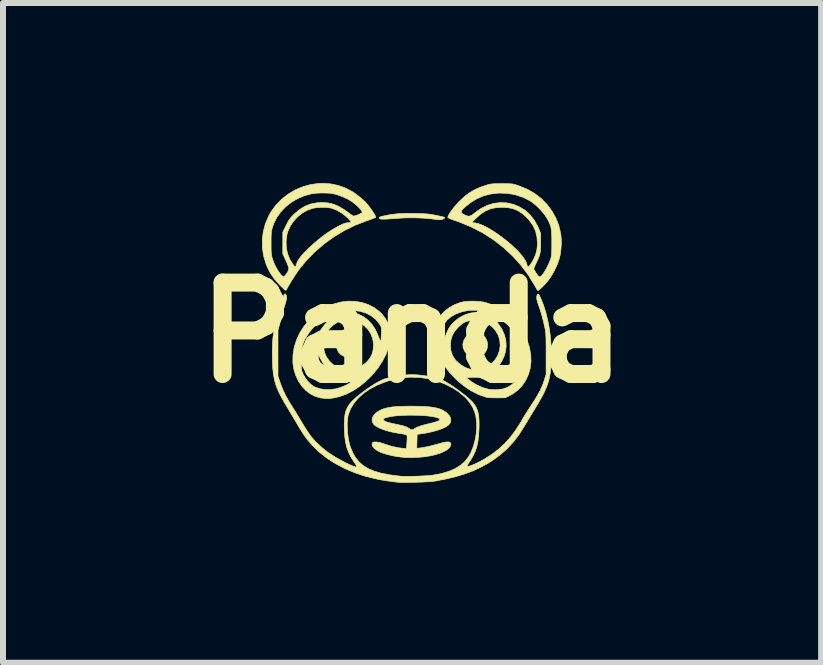
<source format=kicad_pcb>
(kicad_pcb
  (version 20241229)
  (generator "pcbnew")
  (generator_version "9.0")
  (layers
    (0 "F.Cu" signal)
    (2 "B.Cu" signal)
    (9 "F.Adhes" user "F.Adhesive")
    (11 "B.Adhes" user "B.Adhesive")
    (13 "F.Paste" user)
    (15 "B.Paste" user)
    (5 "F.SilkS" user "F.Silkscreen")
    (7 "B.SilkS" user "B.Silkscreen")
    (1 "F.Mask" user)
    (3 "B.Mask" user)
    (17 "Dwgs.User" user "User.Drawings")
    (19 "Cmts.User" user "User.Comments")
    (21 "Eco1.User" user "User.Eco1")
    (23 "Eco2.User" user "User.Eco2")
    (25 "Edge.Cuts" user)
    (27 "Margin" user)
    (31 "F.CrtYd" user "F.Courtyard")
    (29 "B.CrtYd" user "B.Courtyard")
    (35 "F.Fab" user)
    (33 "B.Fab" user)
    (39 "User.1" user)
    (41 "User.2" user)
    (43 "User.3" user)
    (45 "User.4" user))
  (footprint "Panda"
    (layer "F.Cu")
    (at 3.817 2.494)
    (property "Reference" "Panda" (at 0 0 0) (layer "F.SilkS") (effects (font (size 1.524 1.524) (thickness 0.3))))
    (attr through_hole)
    (fp_poly (pts (xy -0.995 0.012) (xy -0.943 0.037) (xy -0.899 0.077) (xy -0.869 0.125) (xy -0.852 0.182) (xy -0.853 0.237) (xy -0.869 0.288) (xy -0.899 0.333) (xy -0.939 0.37) (xy -0.988 0.395) (xy -1.043 0.407) (xy -1.102 0.404) (xy -1.133 0.395) (xy -1.187 0.366) (xy -1.227 0.324) (xy -1.251 0.27) (xy -1.259 0.207) (xy -1.138 0.207) (xy -1.137 0.236) (xy -1.129 0.254) (xy -1.118 0.264) (xy -1.088 0.276) (xy -1.052 0.279) (xy -1.018 0.274) (xy -1.006 0.267) (xy -0.995 0.253) (xy -0.991 0.23) (xy -0.991 0.205) (xy -0.994 0.175) (xy -1 0.159) (xy -1.014 0.151) (xy -1.036 0.146) (xy -1.081 0.143) (xy -1.113 0.154) (xy -1.132 0.181) (xy -1.138 0.207) (xy -1.259 0.207) (xy -1.26 0.206) (xy -1.255 0.151) (xy -1.241 0.108) (xy -1.215 0.071) (xy -1.211 0.066) (xy -1.163 0.028) (xy -1.109 0.006) (xy -1.052 0.001) (xy -0.995 0.012)) (stroke (width 0.01) (type solid)) (fill yes) (layer "F.SilkS"))
    (fp_poly (pts (xy 1.103 0.008) (xy 1.155 0.03) (xy 1.201 0.062) (xy 1.227 0.092) (xy 1.251 0.144) (xy 1.259 0.203) (xy 1.252 0.261) (xy 1.23 0.315) (xy 1.194 0.359) (xy 1.194 0.359) (xy 1.144 0.39) (xy 1.086 0.407) (xy 1.025 0.407) (xy 0.985 0.398) (xy 0.931 0.37) (xy 0.889 0.328) (xy 0.873 0.303) (xy 0.851 0.248) (xy 0.848 0.207) (xy 0.968 0.207) (xy 0.973 0.235) (xy 0.991 0.26) (xy 1.019 0.276) (xy 1.047 0.28) (xy 1.075 0.278) (xy 1.095 0.273) (xy 1.097 0.272) (xy 1.11 0.254) (xy 1.119 0.225) (xy 1.123 0.194) (xy 1.122 0.182) (xy 1.109 0.16) (xy 1.082 0.146) (xy 1.045 0.142) (xy 1.03 0.144) (xy 0.996 0.157) (xy 0.976 0.179) (xy 0.968 0.207) (xy 0.848 0.207) (xy 0.847 0.192) (xy 0.859 0.138) (xy 0.885 0.088) (xy 0.922 0.047) (xy 0.97 0.017) (xy 1.027 0.001) (xy 1.051 0) (xy 1.103 0.008)) (stroke (width 0.01) (type solid)) (fill yes) (layer "F.SilkS"))
    (fp_poly (pts (xy 0.04 -1.987) (xy 0.119 -1.985) (xy 0.182 -1.983) (xy 0.233 -1.98) (xy 0.279 -1.976) (xy 0.321 -1.97) (xy 0.366 -1.962) (xy 0.4 -1.955) (xy 0.449 -1.945) (xy 0.492 -1.935) (xy 0.524 -1.928) (xy 0.542 -1.923) (xy 0.543 -1.922) (xy 0.543 -1.913) (xy 0.53 -1.899) (xy 0.529 -1.898) (xy 0.495 -1.884) (xy 0.445 -1.881) (xy 0.378 -1.888) (xy 0.37 -1.89) (xy 0.304 -1.899) (xy 0.224 -1.906) (xy 0.134 -1.911) (xy 0.041 -1.914) (xy -0.051 -1.914) (xy -0.135 -1.912) (xy -0.175 -1.91) (xy -0.267 -1.903) (xy -0.341 -1.898) (xy -0.399 -1.894) (xy -0.444 -1.892) (xy -0.477 -1.891) (xy -0.5 -1.891) (xy -0.516 -1.892) (xy -0.526 -1.894) (xy -0.532 -1.897) (xy -0.535 -1.899) (xy -0.546 -1.912) (xy -0.546 -1.921) (xy -0.531 -1.93) (xy -0.499 -1.939) (xy -0.478 -1.944) (xy -0.396 -1.961) (xy -0.317 -1.973) (xy -0.235 -1.982) (xy -0.147 -1.986) (xy -0.047 -1.988) (xy 0.04 -1.987)) (stroke (width 0.01) (type solid)) (fill yes) (layer "F.SilkS"))
    (fp_poly (pts (xy 0.118 1.227) (xy 0.223 1.231) (xy 0.312 1.239) (xy 0.387 1.251) (xy 0.45 1.267) (xy 0.503 1.288) (xy 0.548 1.314) (xy 0.587 1.345) (xy 0.59 1.348) (xy 0.628 1.392) (xy 0.646 1.435) (xy 0.646 1.477) (xy 0.634 1.509) (xy 0.608 1.539) (xy 0.565 1.569) (xy 0.505 1.598) (xy 0.433 1.624) (xy 0.349 1.648) (xy 0.257 1.669) (xy 0.175 1.682) (xy 0.085 1.695) (xy 0.082 1.811) (xy 0.079 1.927) (xy 0.122 1.923) (xy 0.207 1.91) (xy 0.303 1.89) (xy 0.404 1.863) (xy 0.436 1.854) (xy 0.51 1.833) (xy 0.568 1.822) (xy 0.609 1.821) (xy 0.635 1.83) (xy 0.647 1.848) (xy 0.645 1.876) (xy 0.626 1.913) (xy 0.589 1.948) (xy 0.535 1.98) (xy 0.468 2.009) (xy 0.389 2.034) (xy 0.299 2.054) (xy 0.201 2.069) (xy 0.097 2.078) (xy -0.011 2.082) (xy -0.122 2.079) (xy -0.14 2.078) (xy -0.212 2.07) (xy -0.291 2.058) (xy -0.37 2.041) (xy -0.444 2.021) (xy -0.508 2) (xy -0.546 1.984) (xy -0.596 1.955) (xy -0.635 1.923) (xy -0.659 1.891) (xy -0.668 1.861) (xy -0.661 1.835) (xy -0.659 1.833) (xy -0.639 1.823) (xy -0.604 1.821) (xy -0.56 1.826) (xy -0.508 1.839) (xy -0.465 1.854) (xy -0.335 1.896) (xy -0.207 1.921) (xy -0.173 1.925) (xy -0.093 1.932) (xy -0.085 1.824) (xy -0.082 1.775) (xy -0.082 1.742) (xy -0.083 1.721) (xy -0.088 1.709) (xy -0.093 1.704) (xy -0.11 1.698) (xy -0.14 1.691) (xy -0.18 1.684) (xy -0.198 1.681) (xy -0.291 1.666) (xy -0.38 1.646) (xy -0.461 1.622) (xy -0.532 1.595) (xy -0.589 1.567) (xy -0.629 1.538) (xy -0.632 1.535) (xy -0.658 1.496) (xy -0.667 1.455) (xy -0.665 1.448) (xy -0.478 1.448) (xy -0.476 1.454) (xy -0.468 1.466) (xy -0.45 1.477) (xy -0.42 1.489) (xy -0.378 1.501) (xy -0.319 1.515) (xy -0.256 1.528) (xy -0.192 1.542) (xy -0.144 1.554) (xy -0.108 1.566) (xy -0.08 1.578) (xy -0.062 1.589) (xy -0.029 1.609) (xy -0.006 1.617) (xy 0.014 1.615) (xy 0.036 1.603) (xy 0.038 1.601) (xy 0.078 1.579) (xy 0.136 1.557) (xy 0.209 1.535) (xy 0.27 1.52) (xy 0.345 1.502) (xy 0.4 1.486) (xy 0.439 1.472) (xy 0.46 1.459) (xy 0.465 1.446) (xy 0.456 1.434) (xy 0.442 1.425) (xy 0.403 1.412) (xy 0.348 1.4) (xy 0.28 1.39) (xy 0.201 1.383) (xy 0.114 1.378) (xy 0.023 1.376) (xy -0.068 1.376) (xy -0.158 1.379) (xy -0.242 1.384) (xy -0.318 1.392) (xy -0.382 1.403) (xy -0.387 1.405) (xy -0.433 1.416) (xy -0.461 1.426) (xy -0.475 1.436) (xy -0.478 1.448) (xy -0.665 1.448) (xy -0.658 1.412) (xy -0.633 1.37) (xy -0.595 1.332) (xy -0.542 1.298) (xy -0.478 1.271) (xy -0.474 1.27) (xy -0.425 1.256) (xy -0.375 1.245) (xy -0.321 1.237) (xy -0.259 1.232) (xy -0.186 1.228) (xy -0.1 1.226) (xy -0.005 1.225) (xy 0.118 1.227)) (stroke (width 0.01) (type solid)) (fill yes) (layer "F.SilkS"))
    (fp_poly (pts (xy 1.113 -0.52) (xy 1.186 -0.511) (xy 1.227 -0.502) (xy 1.358 -0.457) (xy 1.48 -0.395) (xy 1.592 -0.317) (xy 1.693 -0.226) (xy 1.781 -0.123) (xy 1.855 -0.009) (xy 1.914 0.113) (xy 1.956 0.243) (xy 1.979 0.368) (xy 1.983 0.481) (xy 1.97 0.591) (xy 1.94 0.696) (xy 1.895 0.793) (xy 1.837 0.881) (xy 1.765 0.957) (xy 1.682 1.019) (xy 1.64 1.042) (xy 1.554 1.085) (xy 1.419 1.087) (xy 1.346 1.086) (xy 1.286 1.083) (xy 1.242 1.077) (xy 1.235 1.076) (xy 1.109 1.032) (xy 0.984 0.969) (xy 0.862 0.887) (xy 0.743 0.786) (xy 0.731 0.775) (xy 0.626 0.664) (xy 0.537 0.55) (xy 0.466 0.435) (xy 0.413 0.32) (xy 0.381 0.216) (xy 0.64 0.216) (xy 0.648 0.302) (xy 0.673 0.378) (xy 0.717 0.447) (xy 0.739 0.473) (xy 0.811 0.536) (xy 0.89 0.582) (xy 0.974 0.611) (xy 1.062 0.621) (xy 1.15 0.612) (xy 1.199 0.599) (xy 1.241 0.581) (xy 1.28 0.557) (xy 1.322 0.521) (xy 1.326 0.517) (xy 1.388 0.447) (xy 1.433 0.37) (xy 1.46 0.289) (xy 1.469 0.206) (xy 1.461 0.123) (xy 1.436 0.042) (xy 1.392 -0.033) (xy 1.338 -0.095) (xy 1.301 -0.127) (xy 1.26 -0.157) (xy 1.223 -0.178) (xy 1.222 -0.178) (xy 1.193 -0.19) (xy 1.167 -0.198) (xy 1.137 -0.203) (xy 1.099 -0.205) (xy 1.06 -0.205) (xy 0.985 -0.202) (xy 0.925 -0.192) (xy 0.873 -0.172) (xy 0.825 -0.141) (xy 0.775 -0.097) (xy 0.769 -0.091) (xy 0.712 -0.024) (xy 0.672 0.044) (xy 0.649 0.118) (xy 0.64 0.202) (xy 0.64 0.216) (xy 0.381 0.216) (xy 0.378 0.205) (xy 0.363 0.098) (xy 0.362 0.007) (xy 0.368 -0.031) (xy 0.501 -0.031) (xy 0.502 0.014) (xy 0.502 0.029) (xy 0.504 0.075) (xy 0.507 0.111) (xy 0.511 0.135) (xy 0.515 0.142) (xy 0.522 0.135) (xy 0.534 0.112) (xy 0.548 0.079) (xy 0.555 0.059) (xy 0.585 -0.015) (xy 0.615 -0.075) (xy 0.651 -0.126) (xy 0.694 -0.174) (xy 0.701 -0.181) (xy 0.781 -0.245) (xy 0.869 -0.293) (xy 0.964 -0.325) (xy 1.061 -0.338) (xy 1.105 -0.338) (xy 1.19 -0.324) (xy 1.269 -0.293) (xy 1.343 -0.244) (xy 1.414 -0.176) (xy 1.44 -0.145) (xy 1.5 -0.055) (xy 1.541 0.038) (xy 1.564 0.137) (xy 1.569 0.22) (xy 1.56 0.311) (xy 1.532 0.401) (xy 1.489 0.487) (xy 1.432 0.566) (xy 1.363 0.635) (xy 1.284 0.69) (xy 1.255 0.706) (xy 1.175 0.745) (xy 1.043 0.745) (xy 0.994 0.745) (xy 0.953 0.746) (xy 0.924 0.748) (xy 0.91 0.75) (xy 0.91 0.751) (xy 0.917 0.761) (xy 0.938 0.778) (xy 0.968 0.801) (xy 1.004 0.825) (xy 1.04 0.849) (xy 1.071 0.867) (xy 1.175 0.915) (xy 1.281 0.944) (xy 1.388 0.952) (xy 1.497 0.941) (xy 1.514 0.938) (xy 1.589 0.912) (xy 1.659 0.869) (xy 1.721 0.811) (xy 1.772 0.74) (xy 1.792 0.702) (xy 1.824 0.635) (xy 1.827 0.439) (xy 1.83 0.243) (xy 1.789 0.149) (xy 1.748 0.066) (xy 1.703 -0.006) (xy 1.648 -0.074) (xy 1.579 -0.144) (xy 1.576 -0.146) (xy 1.484 -0.221) (xy 1.382 -0.282) (xy 1.275 -0.329) (xy 1.165 -0.36) (xy 1.054 -0.374) (xy 0.947 -0.371) (xy 0.939 -0.37) (xy 0.828 -0.347) (xy 0.731 -0.312) (xy 0.649 -0.265) (xy 0.581 -0.207) (xy 0.53 -0.137) (xy 0.525 -0.129) (xy 0.514 -0.106) (xy 0.506 -0.086) (xy 0.502 -0.062) (xy 0.501 -0.031) (xy 0.368 -0.031) (xy 0.375 -0.075) (xy 0.402 -0.157) (xy 0.42 -0.196) (xy 0.469 -0.276) (xy 0.535 -0.35) (xy 0.615 -0.413) (xy 0.705 -0.465) (xy 0.804 -0.503) (xy 0.82 -0.507) (xy 0.88 -0.518) (xy 0.954 -0.524) (xy 1.034 -0.525) (xy 1.113 -0.52)) (stroke (width 0.01) (type solid)) (fill yes) (layer "F.SilkS"))
    (fp_poly (pts (xy -0.949 -0.522) (xy -0.836 -0.503) (xy -0.73 -0.468) (xy -0.631 -0.417) (xy -0.543 -0.351) (xy -0.514 -0.324) (xy -0.45 -0.245) (xy -0.403 -0.158) (xy -0.374 -0.065) (xy -0.363 0.035) (xy -0.369 0.14) (xy -0.393 0.249) (xy -0.433 0.36) (xy -0.492 0.473) (xy -0.567 0.588) (xy -0.577 0.601) (xy -0.668 0.711) (xy -0.769 0.81) (xy -0.876 0.897) (xy -0.988 0.97) (xy -1.102 1.027) (xy -1.216 1.068) (xy -1.313 1.089) (xy -1.372 1.096) (xy -1.42 1.098) (xy -1.466 1.095) (xy -1.519 1.088) (xy -1.537 1.085) (xy -1.622 1.059) (xy -1.702 1.016) (xy -1.776 0.958) (xy -1.841 0.886) (xy -1.896 0.803) (xy -1.94 0.71) (xy -1.97 0.61) (xy -1.986 0.506) (xy -1.986 0.499) (xy -1.984 0.37) (xy -1.984 0.37) (xy -1.848 0.37) (xy -1.848 0.442) (xy -1.847 0.474) (xy -1.846 0.534) (xy -1.844 0.579) (xy -1.841 0.611) (xy -1.837 0.637) (xy -1.83 0.658) (xy -1.82 0.681) (xy -1.809 0.705) (xy -1.776 0.759) (xy -1.735 0.812) (xy -1.689 0.859) (xy -1.643 0.894) (xy -1.624 0.904) (xy -1.544 0.933) (xy -1.455 0.948) (xy -1.36 0.948) (xy -1.265 0.935) (xy -1.247 0.93) (xy -1.199 0.915) (xy -1.145 0.895) (xy -1.098 0.874) (xy -1.06 0.853) (xy -1.019 0.829) (xy -0.982 0.805) (xy -0.95 0.782) (xy -0.928 0.763) (xy -0.92 0.752) (xy -0.92 0.752) (xy -0.929 0.749) (xy -0.955 0.747) (xy -0.993 0.745) (xy -1.04 0.745) (xy -1.047 0.745) (xy -1.175 0.745) (xy -1.262 0.703) (xy -1.346 0.654) (xy -1.418 0.593) (xy -1.478 0.517) (xy -1.526 0.434) (xy -1.548 0.389) (xy -1.562 0.355) (xy -1.57 0.324) (xy -1.575 0.291) (xy -1.577 0.252) (xy -1.577 0.245) (xy -1.475 0.245) (xy -1.458 0.33) (xy -1.424 0.408) (xy -1.376 0.475) (xy -1.316 0.531) (xy -1.246 0.575) (xy -1.169 0.604) (xy -1.086 0.618) (xy -1 0.614) (xy -0.938 0.6) (xy -0.852 0.563) (xy -0.777 0.51) (xy -0.739 0.471) (xy -0.698 0.419) (xy -0.671 0.368) (xy -0.653 0.309) (xy -0.648 0.282) (xy -0.642 0.191) (xy -0.655 0.104) (xy -0.685 0.023) (xy -0.732 -0.051) (xy -0.794 -0.113) (xy -0.87 -0.163) (xy -0.877 -0.167) (xy -0.912 -0.184) (xy -0.939 -0.195) (xy -0.964 -0.201) (xy -0.994 -0.204) (xy -1.035 -0.205) (xy -1.064 -0.205) (xy -1.115 -0.204) (xy -1.152 -0.202) (xy -1.18 -0.198) (xy -1.205 -0.19) (xy -1.232 -0.178) (xy -1.307 -0.132) (xy -1.371 -0.072) (xy -1.421 -0.001) (xy -1.456 0.079) (xy -1.475 0.165) (xy -1.475 0.245) (xy -1.577 0.245) (xy -1.578 0.167) (xy -1.572 0.096) (xy -1.558 0.035) (xy -1.534 -0.021) (xy -1.516 -0.053) (xy -1.459 -0.131) (xy -1.393 -0.2) (xy -1.321 -0.258) (xy -1.246 -0.3) (xy -1.176 -0.325) (xy -1.08 -0.338) (xy -0.986 -0.332) (xy -0.896 -0.308) (xy -0.812 -0.268) (xy -0.736 -0.211) (xy -0.668 -0.139) (xy -0.612 -0.054) (xy -0.567 0.044) (xy -0.565 0.052) (xy -0.55 0.091) (xy -0.537 0.121) (xy -0.528 0.14) (xy -0.524 0.143) (xy -0.52 0.134) (xy -0.517 0.109) (xy -0.514 0.071) (xy -0.512 0.025) (xy -0.511 -0.026) (xy -0.511 -0.062) (xy -0.514 -0.087) (xy -0.519 -0.105) (xy -0.527 -0.122) (xy -0.54 -0.142) (xy -0.602 -0.218) (xy -0.677 -0.279) (xy -0.764 -0.325) (xy -0.863 -0.355) (xy -0.974 -0.37) (xy -1.025 -0.372) (xy -1.14 -0.365) (xy -1.247 -0.344) (xy -1.349 -0.305) (xy -1.442 -0.256) (xy -1.543 -0.184) (xy -1.636 -0.097) (xy -1.716 -0.000299) (xy -1.78 0.104) (xy -1.79 0.123) (xy -1.812 0.172) (xy -1.828 0.216) (xy -1.839 0.261) (xy -1.846 0.31) (xy -1.848 0.37) (xy -1.984 0.37) (xy -1.964 0.243) (xy -1.925 0.119) (xy -1.87 0.001) (xy -1.798 -0.11) (xy -1.712 -0.213) (xy -1.612 -0.305) (xy -1.499 -0.385) (xy -1.414 -0.432) (xy -1.3 -0.48) (xy -1.183 -0.511) (xy -1.065 -0.525) (xy -0.949 -0.522)) (stroke (width 0.01) (type solid)) (fill yes) (layer "F.SilkS"))
    (fp_poly (pts (xy 1.499 -2.484) (xy 1.563 -2.483) (xy 1.61 -2.482) (xy 1.647 -2.481) (xy 1.677 -2.477) (xy 1.706 -2.471) (xy 1.736 -2.462) (xy 1.774 -2.45) (xy 1.784 -2.446) (xy 1.918 -2.391) (xy 2.041 -2.321) (xy 2.151 -2.237) (xy 2.248 -2.139) (xy 2.33 -2.03) (xy 2.397 -1.911) (xy 2.447 -1.782) (xy 2.479 -1.645) (xy 2.48 -1.637) (xy 2.487 -1.56) (xy 2.488 -1.472) (xy 2.481 -1.382) (xy 2.469 -1.296) (xy 2.455 -1.235) (xy 2.419 -1.132) (xy 2.37 -1.028) (xy 2.312 -0.929) (xy 2.261 -0.86) (xy 2.229 -0.822) (xy 2.194 -0.784) (xy 2.16 -0.75) (xy 2.13 -0.723) (xy 2.108 -0.705) (xy 2.096 -0.7) (xy 2.089 -0.708) (xy 2.076 -0.73) (xy 2.058 -0.761) (xy 2.049 -0.777) (xy 1.941 -0.955) (xy 1.816 -1.122) (xy 1.677 -1.277) (xy 1.523 -1.419) (xy 1.357 -1.548) (xy 1.179 -1.662) (xy 0.991 -1.76) (xy 0.808 -1.836) (xy 0.995 -1.836) (xy 1.056 -1.828) (xy 1.113 -1.815) (xy 1.181 -1.788) (xy 1.255 -1.751) (xy 1.336 -1.703) (xy 1.419 -1.649) (xy 1.502 -1.588) (xy 1.584 -1.524) (xy 1.662 -1.458) (xy 1.733 -1.391) (xy 1.795 -1.326) (xy 1.847 -1.264) (xy 1.885 -1.208) (xy 1.906 -1.162) (xy 1.916 -1.131) (xy 1.924 -1.107) (xy 1.926 -1.1) (xy 1.934 -1.096) (xy 1.95 -1.107) (xy 1.97 -1.133) (xy 1.995 -1.169) (xy 2.02 -1.213) (xy 2.024 -1.22) (xy 2.059 -1.299) (xy 2.08 -1.378) (xy 2.089 -1.464) (xy 2.089 -1.494) (xy 2.081 -1.6) (xy 2.057 -1.697) (xy 2.015 -1.787) (xy 1.954 -1.872) (xy 1.91 -1.92) (xy 1.835 -1.987) (xy 1.76 -2.035) (xy 1.68 -2.067) (xy 1.591 -2.084) (xy 1.504 -2.089) (xy 1.4 -2.083) (xy 1.308 -2.064) (xy 1.225 -2.029) (xy 1.146 -1.978) (xy 1.075 -1.915) (xy 0.995 -1.836) (xy 0.808 -1.836) (xy 0.794 -1.842) (xy 0.742 -1.86) (xy 0.68 -1.881) (xy 0.636 -1.898) (xy 0.609 -1.911) (xy 0.597 -1.921) (xy 0.596 -1.924) (xy 0.604 -1.949) (xy 0.624 -1.984) (xy 0.643 -2.012) (xy 0.819 -2.012) (xy 0.826 -1.994) (xy 0.848 -1.976) (xy 0.872 -1.964) (xy 0.91 -1.948) (xy 0.941 -1.941) (xy 0.969 -1.945) (xy 0.999 -1.96) (xy 1.036 -1.988) (xy 1.051 -2) (xy 1.15 -2.07) (xy 1.254 -2.122) (xy 1.361 -2.154) (xy 1.47 -2.168) (xy 1.579 -2.163) (xy 1.687 -2.139) (xy 1.784 -2.1) (xy 1.881 -2.041) (xy 1.965 -1.966) (xy 2.036 -1.876) (xy 2.095 -1.771) (xy 2.108 -1.742) (xy 2.144 -1.654) (xy 2.144 -1.494) (xy 2.143 -1.434) (xy 2.141 -1.386) (xy 2.137 -1.346) (xy 2.13 -1.309) (xy 2.118 -1.271) (xy 2.1 -1.227) (xy 2.075 -1.172) (xy 2.055 -1.13) (xy 2.041 -1.099) (xy 2.032 -1.074) (xy 2.029 -1.064) (xy 2.034 -1.05) (xy 2.048 -1.026) (xy 2.067 -0.994) (xy 2.069 -0.991) (xy 2.095 -0.954) (xy 2.117 -0.935) (xy 2.137 -0.933) (xy 2.159 -0.949) (xy 2.184 -0.98) (xy 2.219 -1.033) (xy 2.254 -1.097) (xy 2.286 -1.166) (xy 2.31 -1.227) (xy 2.316 -1.248) (xy 2.321 -1.271) (xy 2.325 -1.299) (xy 2.327 -1.334) (xy 2.328 -1.381) (xy 2.329 -1.442) (xy 2.329 -1.501) (xy 2.329 -1.582) (xy 2.327 -1.647) (xy 2.323 -1.7) (xy 2.317 -1.745) (xy 2.307 -1.784) (xy 2.292 -1.822) (xy 2.272 -1.863) (xy 2.247 -1.911) (xy 2.244 -1.915) (xy 2.213 -1.962) (xy 2.17 -2.015) (xy 2.119 -2.07) (xy 2.065 -2.122) (xy 2.012 -2.166) (xy 1.966 -2.198) (xy 1.849 -2.256) (xy 1.723 -2.297) (xy 1.593 -2.321) (xy 1.462 -2.326) (xy 1.444 -2.326) (xy 1.314 -2.311) (xy 1.194 -2.281) (xy 1.082 -2.233) (xy 0.975 -2.167) (xy 0.893 -2.102) (xy 0.852 -2.064) (xy 0.828 -2.035) (xy 0.819 -2.012) (xy 0.643 -2.012) (xy 0.653 -2.028) (xy 0.69 -2.076) (xy 0.73 -2.126) (xy 0.773 -2.173) (xy 0.794 -2.195) (xy 0.877 -2.271) (xy 0.959 -2.333) (xy 1.047 -2.384) (xy 1.144 -2.426) (xy 1.248 -2.461) (xy 1.279 -2.47) (xy 1.309 -2.476) (xy 1.341 -2.48) (xy 1.38 -2.482) (xy 1.43 -2.483) (xy 1.496 -2.484) (xy 1.499 -2.484)) (stroke (width 0.01) (type solid)) (fill yes) (layer "F.SilkS"))
    (fp_poly (pts (xy -1.358 -2.48) (xy -1.228 -2.453) (xy -1.104 -2.408) (xy -0.984 -2.344) (xy -0.869 -2.26) (xy -0.79 -2.189) (xy -0.761 -2.159) (xy -0.731 -2.122) (xy -0.699 -2.081) (xy -0.669 -2.038) (xy -0.642 -1.998) (xy -0.621 -1.963) (xy -0.608 -1.936) (xy -0.606 -1.921) (xy -0.606 -1.919) (xy -0.618 -1.914) (xy -0.646 -1.903) (xy -0.685 -1.889) (xy -0.733 -1.872) (xy -0.755 -1.865) (xy -0.944 -1.792) (xy -1.128 -1.702) (xy -1.303 -1.597) (xy -1.468 -1.477) (xy -1.623 -1.343) (xy -1.764 -1.199) (xy -1.89 -1.044) (xy -1.999 -0.88) (xy -2.021 -0.843) (xy -2.047 -0.798) (xy -2.07 -0.759) (xy -2.087 -0.729) (xy -2.097 -0.711) (xy -2.098 -0.71) (xy -2.105 -0.706) (xy -2.116 -0.711) (xy -2.135 -0.726) (xy -2.163 -0.752) (xy -2.203 -0.792) (xy -2.206 -0.795) (xy -2.286 -0.885) (xy -2.351 -0.975) (xy -2.403 -1.071) (xy -2.435 -1.149) (xy -2.474 -1.28) (xy -2.494 -1.415) (xy -2.495 -1.489) (xy -2.349 -1.489) (xy -2.349 -1.421) (xy -2.348 -1.37) (xy -2.346 -1.33) (xy -2.343 -1.299) (xy -2.338 -1.272) (xy -2.331 -1.245) (xy -2.324 -1.223) (xy -2.304 -1.168) (xy -2.279 -1.113) (xy -2.251 -1.061) (xy -2.221 -1.014) (xy -2.193 -0.976) (xy -2.167 -0.948) (xy -2.146 -0.935) (xy -2.136 -0.935) (xy -2.121 -0.947) (xy -2.102 -0.968) (xy -2.095 -0.978) (xy -2.074 -1.011) (xy -2.06 -1.038) (xy -2.055 -1.064) (xy -2.059 -1.093) (xy -2.071 -1.129) (xy -2.092 -1.177) (xy -2.101 -1.197) (xy -2.154 -1.314) (xy -2.154 -1.52) (xy -2.099 -1.52) (xy -2.095 -1.411) (xy -2.072 -1.307) (xy -2.031 -1.21) (xy -1.976 -1.126) (xy -1.961 -1.107) (xy -1.951 -1.097) (xy -1.944 -1.099) (xy -1.936 -1.113) (xy -1.924 -1.143) (xy -1.914 -1.173) (xy -1.893 -1.215) (xy -1.856 -1.266) (xy -1.805 -1.325) (xy -1.742 -1.39) (xy -1.667 -1.459) (xy -1.583 -1.532) (xy -1.519 -1.584) (xy -1.456 -1.632) (xy -1.389 -1.678) (xy -1.322 -1.721) (xy -1.257 -1.759) (xy -1.196 -1.791) (xy -1.144 -1.814) (xy -1.103 -1.828) (xy -1.085 -1.83) (xy -1.054 -1.833) (xy -1.031 -1.838) (xy -1.021 -1.842) (xy -1.018 -1.848) (xy -1.024 -1.859) (xy -1.041 -1.878) (xy -1.07 -1.908) (xy -1.076 -1.915) (xy -1.159 -1.985) (xy -1.252 -2.04) (xy -1.339 -2.073) (xy -1.388 -2.083) (xy -1.449 -2.088) (xy -1.517 -2.088) (xy -1.583 -2.084) (xy -1.641 -2.075) (xy -1.648 -2.074) (xy -1.741 -2.042) (xy -1.828 -1.994) (xy -1.907 -1.931) (xy -1.975 -1.857) (xy -2.03 -1.774) (xy -2.07 -1.685) (xy -2.085 -1.632) (xy -2.099 -1.52) (xy -2.154 -1.52) (xy -2.154 -1.675) (xy -2.101 -1.784) (xy -2.075 -1.836) (xy -2.052 -1.875) (xy -2.027 -1.909) (xy -1.997 -1.943) (xy -1.966 -1.974) (xy -1.878 -2.049) (xy -1.787 -2.106) (xy -1.69 -2.144) (xy -1.586 -2.164) (xy -1.499 -2.169) (xy -1.404 -2.163) (xy -1.315 -2.143) (xy -1.228 -2.108) (xy -1.141 -2.057) (xy -1.076 -2.011) (xy -1.041 -1.984) (xy -1.009 -1.962) (xy -0.986 -1.948) (xy -0.979 -1.944) (xy -0.962 -1.945) (xy -0.935 -1.953) (xy -0.903 -1.964) (xy -0.871 -1.978) (xy -0.845 -1.991) (xy -0.831 -2.002) (xy -0.83 -2.005) (xy -0.838 -2.027) (xy -0.86 -2.057) (xy -0.893 -2.093) (xy -0.936 -2.132) (xy -0.985 -2.171) (xy -1.023 -2.198) (xy -1.069 -2.225) (xy -1.128 -2.253) (xy -1.192 -2.279) (xy -1.257 -2.301) (xy -1.309 -2.315) (xy -1.364 -2.323) (xy -1.432 -2.327) (xy -1.506 -2.328) (xy -1.579 -2.326) (xy -1.644 -2.319) (xy -1.672 -2.315) (xy -1.792 -2.283) (xy -1.906 -2.235) (xy -2.011 -2.173) (xy -2.105 -2.099) (xy -2.187 -2.013) (xy -2.254 -1.919) (xy -2.305 -1.817) (xy -2.326 -1.756) (xy -2.335 -1.725) (xy -2.341 -1.696) (xy -2.345 -1.665) (xy -2.347 -1.627) (xy -2.349 -1.579) (xy -2.349 -1.517) (xy -2.349 -1.489) (xy -2.495 -1.489) (xy -2.496 -1.55) (xy -2.479 -1.685) (xy -2.444 -1.816) (xy -2.391 -1.941) (xy -2.349 -2.016) (xy -2.268 -2.127) (xy -2.172 -2.225) (xy -2.065 -2.309) (xy -1.947 -2.379) (xy -1.821 -2.432) (xy -1.688 -2.469) (xy -1.552 -2.487) (xy -1.494 -2.489) (xy -1.358 -2.48)) (stroke (width 0.01) (type solid)) (fill yes) (layer "F.SilkS"))
    (fp_poly (pts (xy -2.11 -0.646) (xy -2.1 -0.63) (xy -2.092 -0.607) (xy -2.09 -0.577) (xy -2.097 -0.538) (xy -2.111 -0.486) (xy -2.125 -0.442) (xy -2.141 -0.391) (xy -2.159 -0.328) (xy -2.178 -0.261) (xy -2.195 -0.196) (xy -2.197 -0.185) (xy -2.234 -0.035) (xy -2.234 0.725) (xy -2.195 0.84) (xy -2.155 0.945) (xy -2.105 1.051) (xy -2.042 1.161) (xy -2.014 1.205) (xy -1.992 1.239) (xy -1.963 1.286) (xy -1.929 1.341) (xy -1.893 1.401) (xy -1.856 1.462) (xy -1.855 1.464) (xy -1.807 1.543) (xy -1.767 1.607) (xy -1.733 1.66) (xy -1.702 1.704) (xy -1.672 1.743) (xy -1.641 1.779) (xy -1.607 1.816) (xy -1.605 1.818) (xy -1.504 1.914) (xy -1.392 2.002) (xy -1.266 2.083) (xy -1.123 2.16) (xy -1.114 2.165) (xy -1.042 2.199) (xy -0.987 2.222) (xy -0.948 2.236) (xy -0.925 2.238) (xy -0.92 2.233) (xy -0.925 2.221) (xy -0.939 2.197) (xy -0.96 2.165) (xy -0.971 2.149) (xy -1.02 2.072) (xy -1.058 1.995) (xy -1.087 1.915) (xy -1.108 1.829) (xy -1.121 1.733) (xy -1.128 1.623) (xy -1.13 1.534) (xy -1.129 1.515) (xy -1.08 1.515) (xy -1.079 1.601) (xy -1.072 1.689) (xy -1.06 1.776) (xy -1.043 1.856) (xy -1.03 1.899) (xy -0.99 1.997) (xy -0.942 2.082) (xy -0.883 2.154) (xy -0.813 2.216) (xy -0.729 2.267) (xy -0.631 2.308) (xy -0.517 2.341) (xy -0.386 2.367) (xy -0.345 2.373) (xy -0.293 2.38) (xy -0.243 2.386) (xy -0.2 2.391) (xy -0.18 2.393) (xy -0.133 2.395) (xy -0.07 2.395) (xy 0.002 2.394) (xy 0.08 2.392) (xy 0.158 2.389) (xy 0.231 2.385) (xy 0.294 2.38) (xy 0.343 2.375) (xy 0.348 2.374) (xy 0.485 2.349) (xy 0.606 2.314) (xy 0.711 2.27) (xy 0.8 2.216) (xy 0.875 2.152) (xy 0.936 2.077) (xy 0.983 1.994) (xy 1.021 1.899) (xy 1.05 1.795) (xy 1.069 1.688) (xy 1.078 1.58) (xy 1.075 1.477) (xy 1.061 1.382) (xy 1.046 1.33) (xy 1.011 1.245) (xy 0.965 1.171) (xy 0.906 1.099) (xy 0.886 1.079) (xy 0.787 0.993) (xy 0.672 0.918) (xy 0.546 0.855) (xy 0.412 0.804) (xy 0.271 0.768) (xy 0.127 0.747) (xy -0.018 0.742) (xy -0.068 0.744) (xy -0.173 0.754) (xy -0.27 0.77) (xy -0.367 0.795) (xy -0.446 0.821) (xy -0.58 0.874) (xy -0.7 0.937) (xy -0.805 1.009) (xy -0.895 1.089) (xy -0.968 1.175) (xy -1.024 1.268) (xy -1.062 1.366) (xy -1.064 1.375) (xy -1.075 1.438) (xy -1.08 1.515) (xy -1.129 1.515) (xy -1.127 1.448) (xy -1.119 1.373) (xy -1.104 1.308) (xy -1.079 1.249) (xy -1.044 1.193) (xy -0.997 1.139) (xy -0.935 1.082) (xy -0.859 1.02) (xy -0.817 0.988) (xy -0.717 0.916) (xy -0.629 0.858) (xy -0.552 0.814) (xy -0.484 0.781) (xy -0.44 0.765) (xy -0.358 0.743) (xy -0.263 0.725) (xy -0.164 0.71) (xy -0.069 0.702) (xy -0.005 0.7) (xy 0.081 0.703) (xy 0.172 0.712) (xy 0.264 0.726) (xy 0.353 0.744) (xy 0.433 0.765) (xy 0.5 0.789) (xy 0.518 0.797) (xy 0.568 0.823) (xy 0.628 0.86) (xy 0.694 0.903) (xy 0.762 0.952) (xy 0.829 1.002) (xy 0.892 1.051) (xy 0.947 1.098) (xy 0.991 1.139) (xy 1.013 1.163) (xy 1.049 1.211) (xy 1.076 1.26) (xy 1.096 1.314) (xy 1.109 1.375) (xy 1.116 1.446) (xy 1.118 1.532) (xy 1.116 1.609) (xy 1.109 1.723) (xy 1.097 1.821) (xy 1.077 1.908) (xy 1.049 1.988) (xy 1.012 2.066) (xy 0.963 2.144) (xy 0.96 2.148) (xy 0.936 2.186) (xy 0.923 2.21) (xy 0.922 2.224) (xy 0.93 2.229) (xy 0.935 2.229) (xy 0.958 2.224) (xy 0.994 2.211) (xy 1.04 2.192) (xy 1.092 2.167) (xy 1.146 2.14) (xy 1.199 2.111) (xy 1.207 2.106) (xy 1.332 2.026) (xy 1.444 1.941) (xy 1.545 1.847) (xy 1.639 1.742) (xy 1.728 1.624) (xy 1.814 1.49) (xy 1.849 1.428) (xy 1.866 1.399) (xy 1.891 1.358) (xy 1.923 1.308) (xy 1.958 1.254) (xy 1.993 1.2) (xy 2.05 1.112) (xy 2.096 1.035) (xy 2.133 0.967) (xy 2.163 0.902) (xy 2.188 0.839) (xy 2.206 0.785) (xy 2.234 0.695) (xy 2.234 0.355) (xy 2.234 0.26) (xy 2.233 0.182) (xy 2.233 0.119) (xy 2.231 0.068) (xy 2.229 0.028) (xy 2.226 -0.006) (xy 2.223 -0.034) (xy 2.218 -0.06) (xy 2.216 -0.07) (xy 2.189 -0.19) (xy 2.162 -0.293) (xy 2.135 -0.382) (xy 2.112 -0.448) (xy 2.089 -0.514) (xy 2.078 -0.566) (xy 2.077 -0.604) (xy 2.086 -0.63) (xy 2.092 -0.637) (xy 2.101 -0.644) (xy 2.108 -0.643) (xy 2.118 -0.631) (xy 2.13 -0.605) (xy 2.143 -0.579) (xy 2.189 -0.465) (xy 2.228 -0.343) (xy 2.261 -0.207) (xy 2.268 -0.174) (xy 2.289 -0.061) (xy 2.303 0.044) (xy 2.313 0.149) (xy 2.318 0.261) (xy 2.319 0.364) (xy 2.318 0.476) (xy 2.313 0.574) (xy 2.305 0.662) (xy 2.291 0.743) (xy 2.272 0.821) (xy 2.245 0.897) (xy 2.211 0.977) (xy 2.168 1.062) (xy 2.114 1.157) (xy 2.05 1.264) (xy 2.044 1.274) (xy 2.006 1.336) (xy 1.967 1.4) (xy 1.93 1.461) (xy 1.899 1.514) (xy 1.874 1.554) (xy 1.874 1.554) (xy 1.784 1.697) (xy 1.689 1.822) (xy 1.586 1.933) (xy 1.473 2.033) (xy 1.348 2.125) (xy 1.266 2.177) (xy 1.142 2.245) (xy 1.012 2.305) (xy 0.871 2.357) (xy 0.719 2.403) (xy 0.551 2.442) (xy 0.38 2.475) (xy 0.344 2.479) (xy 0.292 2.484) (xy 0.229 2.487) (xy 0.157 2.491) (xy 0.08 2.493) (xy 0.003 2.495) (xy -0.07 2.496) (xy -0.136 2.497) (xy -0.191 2.496) (xy -0.232 2.494) (xy -0.24 2.493) (xy -0.32 2.483) (xy -0.387 2.474) (xy -0.446 2.466) (xy -0.503 2.456) (xy -0.566 2.444) (xy -0.593 2.438) (xy -0.776 2.394) (xy -0.952 2.336) (xy -1.12 2.265) (xy -1.278 2.182) (xy -1.423 2.089) (xy -1.553 1.986) (xy -1.66 1.881) (xy -1.744 1.784) (xy -1.818 1.681) (xy -1.89 1.565) (xy -1.89 1.564) (xy -1.916 1.52) (xy -1.949 1.463) (xy -1.987 1.4) (xy -2.026 1.335) (xy -2.06 1.278) (xy -2.12 1.178) (xy -2.169 1.091) (xy -2.209 1.015) (xy -2.241 0.946) (xy -2.266 0.881) (xy -2.285 0.818) (xy -2.3 0.752) (xy -2.311 0.683) (xy -2.314 0.663) (xy -2.321 0.596) (xy -2.325 0.515) (xy -2.328 0.425) (xy -2.329 0.33) (xy -2.327 0.238) (xy -2.324 0.154) (xy -2.319 0.089) (xy -2.305 -0.016) (xy -2.285 -0.13) (xy -2.259 -0.247) (xy -2.229 -0.361) (xy -2.197 -0.469) (xy -2.163 -0.564) (xy -2.149 -0.598) (xy -2.133 -0.631) (xy -2.121 -0.646) (xy -2.11 -0.646)) (stroke (width 0.01) (type solid)) (fill yes) (layer "F.SilkS")))
  (gr_rect
    (start -3 -3)
    (end 10.635 7.995)
    (stroke (width 0.1) (type default))
    (fill no)
    (layer "Edge.Cuts")))
</source>
